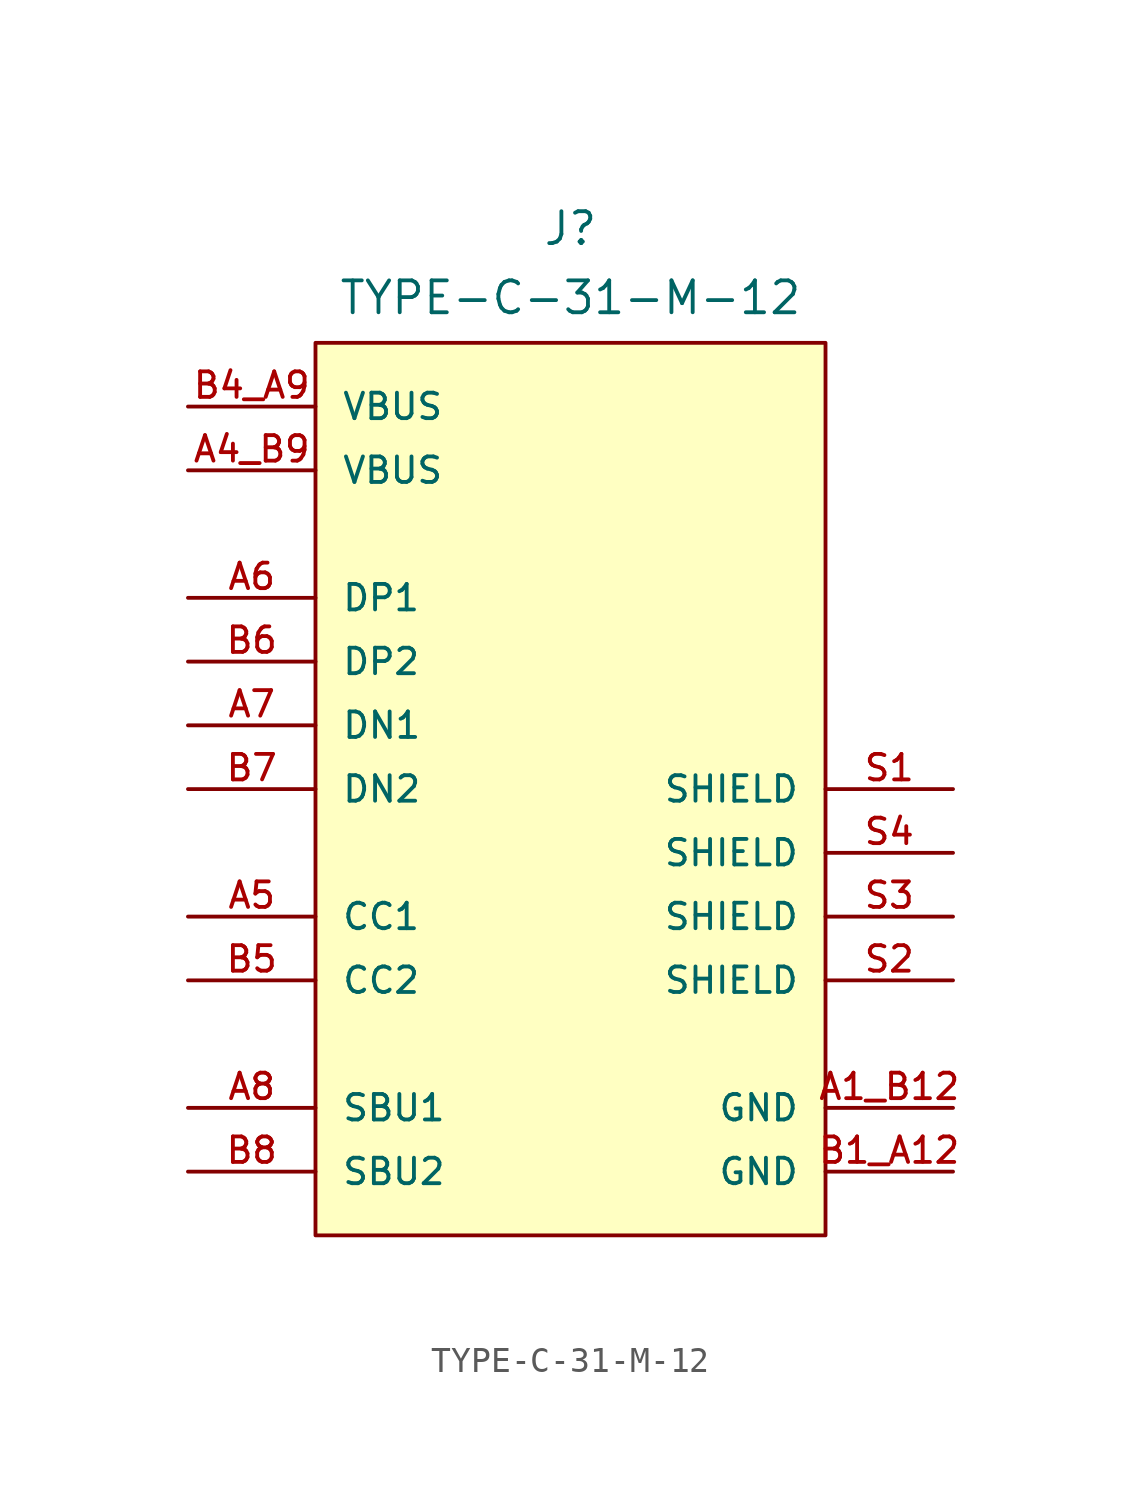
<source format=kicad_sym>
(kicad_symbol_lib
  (version 20241209)
  (generator "kicad_symbol_editor")
  (generator_version "9.0")
  (symbol "TYPE-C-31-M-12"
    (pin_names
      (offset 1.016))
    (property "Reference" "J"
      (at 0 16.51 0)
      (effects (font (size 1.27 1.27)) (justify bottom)))
    (property "Value" "TYPE-C-31-M-12"
      (at 0 15.24 0)
      (effects (font (size 1.27 1.27)) (justify top)))
    (symbol "TYPE-C-31-M-12_0_0"
      (pin power_in line (at -15.24 10.16 0) (length 5.08) (name "VBUS" (effects (font (size 1.016 1.016)))) (number "B4_A9" (effects (font (size 1.016 1.016)))))
      (pin power_in line (at -15.24 7.62 0) (length 5.08) (name "VBUS" (effects (font (size 1.016 1.016)))) (number "A4_B9" (effects (font (size 1.016 1.016)))))
      (pin bidirectional line (at -15.24 2.54 0) (length 5.08) (name "DP1" (effects (font (size 1.016 1.016)))) (number "A6" (effects (font (size 1.016 1.016)))))
      (pin bidirectional line (at -15.24 0 0) (length 5.08) (name "DP2" (effects (font (size 1.016 1.016)))) (number "B6" (effects (font (size 1.016 1.016)))))
      (pin bidirectional line (at -15.24 -2.54 0) (length 5.08) (name "DN1" (effects (font (size 1.016 1.016)))) (number "A7" (effects (font (size 1.016 1.016)))))
      (pin bidirectional line (at -15.24 -5.08 0) (length 5.08) (name "DN2" (effects (font (size 1.016 1.016)))) (number "B7" (effects (font (size 1.016 1.016)))))
      (pin bidirectional line (at -15.24 -10.16 0) (length 5.08) (name "CC1" (effects (font (size 1.016 1.016)))) (number "A5" (effects (font (size 1.016 1.016)))))
      (pin bidirectional line (at -15.24 -12.7 0) (length 5.08) (name "CC2" (effects (font (size 1.016 1.016)))) (number "B5" (effects (font (size 1.016 1.016)))))
      (pin bidirectional line (at -15.24 -17.78 0) (length 5.08) (name "SBU1" (effects (font (size 1.016 1.016)))) (number "A8" (effects (font (size 1.016 1.016)))))
      (pin bidirectional line (at -15.24 -20.32 0) (length 5.08) (name "SBU2" (effects (font (size 1.016 1.016)))) (number "B8" (effects (font (size 1.016 1.016)))))
      (pin passive line (at 15.24 -7.62 180) (length 5.08) (name "SHIELD" (effects (font (size 1.016 1.016)))) (number "S4" (effects (font (size 1.016 1.016)))))
      (pin passive line (at 15.24 -10.16 180) (length 5.08) (name "SHIELD" (effects (font (size 1.016 1.016)))) (number "S3" (effects (font (size 1.016 1.016)))))
      (pin passive line (at 15.24 -12.7 180) (length 5.08) (name "SHIELD" (effects (font (size 1.016 1.016)))) (number "S2" (effects (font (size 1.016 1.016)))))
      (pin power_in line (at 15.24 -17.78 180) (length 5.08) (name "GND" (effects (font (size 1.016 1.016)))) (number "A1_B12" (effects (font (size 1.016 1.016)))))
      (pin power_in line (at 15.24 -20.32 180) (length 5.08) (name "GND" (effects (font (size 1.016 1.016)))) (number "B1_A12" (effects (font (size 1.016 1.016))))))
    (symbol "TYPE-C-31-M-12_1_0"
      (rectangle (start -10.16 12.7) (end 10.16 -22.86) (stroke (width 0) (type solid)) (fill (type background)))
      (pin passive line (at 15.24 -5.08 180) (length 5.08) (name "SHIELD" (effects (font (size 1.016 1.016)))) (number "S1" (effects (font (size 1.016 1.016))))))))
</source>
